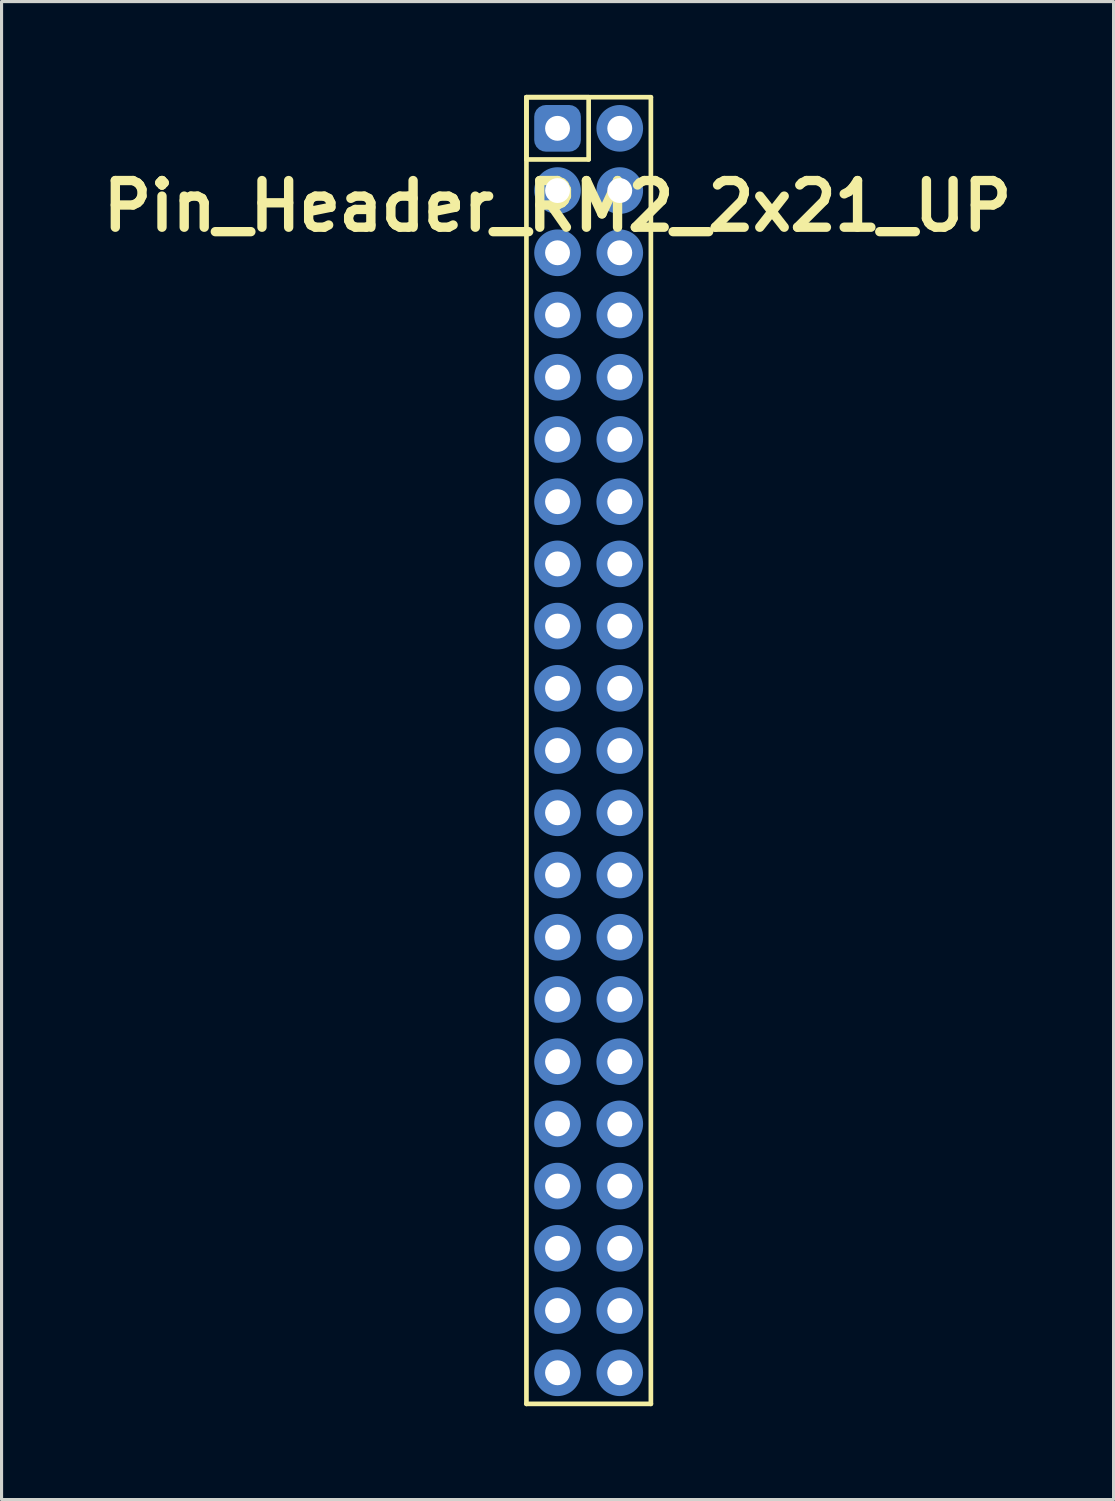
<source format=kicad_pcb>
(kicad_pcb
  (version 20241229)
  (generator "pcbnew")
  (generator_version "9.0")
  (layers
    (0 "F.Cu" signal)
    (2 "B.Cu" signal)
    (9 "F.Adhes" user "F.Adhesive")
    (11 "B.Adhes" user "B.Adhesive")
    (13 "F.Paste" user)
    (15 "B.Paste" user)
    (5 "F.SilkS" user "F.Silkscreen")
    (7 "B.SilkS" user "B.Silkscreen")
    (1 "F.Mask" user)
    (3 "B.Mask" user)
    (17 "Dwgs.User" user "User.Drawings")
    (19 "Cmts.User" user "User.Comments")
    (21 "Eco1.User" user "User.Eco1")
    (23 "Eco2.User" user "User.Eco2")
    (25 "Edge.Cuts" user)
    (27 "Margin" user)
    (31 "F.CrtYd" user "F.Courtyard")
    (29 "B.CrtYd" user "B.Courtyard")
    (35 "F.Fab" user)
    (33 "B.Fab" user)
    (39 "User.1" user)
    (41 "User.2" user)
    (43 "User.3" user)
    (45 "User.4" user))
  (footprint "Pin_Header_RM2_2x21_UP"
    (layer "F.Cu")
    (at 14.871 1.075)
    (property "Reference" "Pin_Header_RM2_2x21_UP" (at 0 2.5 0) (layer "F.SilkS") (effects (font (size 1.5 1.5) (thickness 0.3))))
    (attr through_hole)
    (fp_line (start -1 -1) (end 1 -1) (stroke (width 0.15) (type solid)) (layer "F.SilkS"))
    (fp_line (start -1 -1) (end 3 -1) (stroke (width 0.15) (type solid)) (layer "F.SilkS"))
    (fp_line (start -1 1) (end -1 -1) (stroke (width 0.15) (type solid)) (layer "F.SilkS"))
    (fp_line (start -1 41) (end -1 -1) (stroke (width 0.15) (type solid)) (layer "F.SilkS"))
    (fp_line (start 1 -1) (end 1 1) (stroke (width 0.15) (type solid)) (layer "F.SilkS"))
    (fp_line (start 1 1) (end -1 1) (stroke (width 0.15) (type solid)) (layer "F.SilkS"))
    (fp_line (start 3 -1) (end 3 41) (stroke (width 0.15) (type solid)) (layer "F.SilkS"))
    (fp_line (start 3 41) (end -1 41) (stroke (width 0.15) (type solid)) (layer "F.SilkS"))
    (pad "1" thru_hole circle (at 0 0) (size 1.1 1.1) (drill 0.8) (layers "*.Cu" "*.Mask"))
    (pad "1" smd roundrect (at 0 0) (size 1.25 1.25) (layers "F.Cu" "F.Mask") (roundrect_rratio 0.25))
    (pad "1" smd roundrect (at 0 0) (size 1.5 1.5) (layers "B.Cu" "B.Mask") (roundrect_rratio 0.25))
    (pad "2" thru_hole circle (at 2 0) (size 1.1 1.1) (drill 0.8) (layers "*.Cu" "*.Mask"))
    (pad "2" smd circle (at 2 0) (size 1.25 1.25) (layers "F.Cu" "F.Mask"))
    (pad "2" smd circle (at 2 0) (size 1.5 1.5) (layers "B.Cu" "B.Mask"))
    (pad "3" thru_hole circle (at 0 2) (size 1.1 1.1) (drill 0.8) (layers "*.Cu" "*.Mask"))
    (pad "3" smd circle (at 0 2) (size 1.25 1.25) (layers "F.Cu" "F.Mask"))
    (pad "3" smd circle (at 0 2) (size 1.5 1.5) (layers "B.Cu" "B.Mask"))
    (pad "4" thru_hole circle (at 2 2) (size 1.1 1.1) (drill 0.8) (layers "*.Cu" "*.Mask"))
    (pad "4" smd circle (at 2 2) (size 1.25 1.25) (layers "F.Cu" "F.Mask"))
    (pad "4" smd circle (at 2 2) (size 1.5 1.5) (layers "B.Cu" "B.Mask"))
    (pad "5" thru_hole circle (at 0 4) (size 1.1 1.1) (drill 0.8) (layers "*.Cu" "*.Mask"))
    (pad "5" smd circle (at 0 4) (size 1.25 1.25) (layers "F.Cu" "F.Mask"))
    (pad "5" smd circle (at 0 4) (size 1.5 1.5) (layers "B.Cu" "B.Mask"))
    (pad "6" thru_hole circle (at 2 4) (size 1.1 1.1) (drill 0.8) (layers "*.Cu" "*.Mask"))
    (pad "6" smd circle (at 2 4) (size 1.25 1.25) (layers "F.Cu" "F.Mask"))
    (pad "6" smd circle (at 2 4) (size 1.5 1.5) (layers "B.Cu" "B.Mask"))
    (pad "7" thru_hole circle (at 0 6) (size 1.1 1.1) (drill 0.8) (layers "*.Cu" "*.Mask"))
    (pad "7" smd circle (at 0 6) (size 1.25 1.25) (layers "F.Cu" "F.Mask"))
    (pad "7" smd circle (at 0 6) (size 1.5 1.5) (layers "B.Cu" "B.Mask"))
    (pad "8" thru_hole circle (at 2 6) (size 1.1 1.1) (drill 0.8) (layers "*.Cu" "*.Mask"))
    (pad "8" smd circle (at 2 6) (size 1.25 1.25) (layers "F.Cu" "F.Mask"))
    (pad "8" smd circle (at 2 6) (size 1.5 1.5) (layers "B.Cu" "B.Mask"))
    (pad "9" thru_hole circle (at 0 8) (size 1.1 1.1) (drill 0.8) (layers "*.Cu" "*.Mask"))
    (pad "9" smd circle (at 0 8) (size 1.25 1.25) (layers "F.Cu" "F.Mask"))
    (pad "9" smd circle (at 0 8) (size 1.5 1.5) (layers "B.Cu" "B.Mask"))
    (pad "10" thru_hole circle (at 2 8) (size 1.1 1.1) (drill 0.8) (layers "*.Cu" "*.Mask"))
    (pad "10" smd circle (at 2 8) (size 1.25 1.25) (layers "F.Cu" "F.Mask"))
    (pad "10" smd circle (at 2 8) (size 1.5 1.5) (layers "B.Cu" "B.Mask"))
    (pad "11" thru_hole circle (at 0 10) (size 1.1 1.1) (drill 0.8) (layers "*.Cu" "*.Mask"))
    (pad "11" smd circle (at 0 10) (size 1.25 1.25) (layers "F.Cu" "F.Mask"))
    (pad "11" smd circle (at 0 10) (size 1.5 1.5) (layers "B.Cu" "B.Mask"))
    (pad "12" thru_hole circle (at 2 10) (size 1.1 1.1) (drill 0.8) (layers "*.Cu" "*.Mask"))
    (pad "12" smd circle (at 2 10) (size 1.25 1.25) (layers "F.Cu" "F.Mask"))
    (pad "12" smd circle (at 2 10) (size 1.5 1.5) (layers "B.Cu" "B.Mask"))
    (pad "13" thru_hole circle (at 0 12) (size 1.1 1.1) (drill 0.8) (layers "*.Cu" "*.Mask"))
    (pad "13" smd circle (at 0 12) (size 1.25 1.25) (layers "F.Cu" "F.Mask"))
    (pad "13" smd circle (at 0 12) (size 1.5 1.5) (layers "B.Cu" "B.Mask"))
    (pad "14" thru_hole circle (at 2 12) (size 1.1 1.1) (drill 0.8) (layers "*.Cu" "*.Mask"))
    (pad "14" smd circle (at 2 12) (size 1.25 1.25) (layers "F.Cu" "F.Mask"))
    (pad "14" smd circle (at 2 12) (size 1.5 1.5) (layers "B.Cu" "B.Mask"))
    (pad "15" thru_hole circle (at 0 14) (size 1.1 1.1) (drill 0.8) (layers "*.Cu" "*.Mask"))
    (pad "15" smd circle (at 0 14) (size 1.25 1.25) (layers "F.Cu" "F.Mask"))
    (pad "15" smd circle (at 0 14) (size 1.5 1.5) (layers "B.Cu" "B.Mask"))
    (pad "16" thru_hole circle (at 2 14) (size 1.1 1.1) (drill 0.8) (layers "*.Cu" "*.Mask"))
    (pad "16" smd circle (at 2 14) (size 1.25 1.25) (layers "F.Cu" "F.Mask"))
    (pad "16" smd circle (at 2 14) (size 1.5 1.5) (layers "B.Cu" "B.Mask"))
    (pad "17" thru_hole circle (at 0 16) (size 1.1 1.1) (drill 0.8) (layers "*.Cu" "*.Mask"))
    (pad "17" smd circle (at 0 16) (size 1.25 1.25) (layers "F.Cu" "F.Mask"))
    (pad "17" smd circle (at 0 16) (size 1.5 1.5) (layers "B.Cu" "B.Mask"))
    (pad "18" thru_hole circle (at 2 16) (size 1.1 1.1) (drill 0.8) (layers "*.Cu" "*.Mask"))
    (pad "18" smd circle (at 2 16) (size 1.25 1.25) (layers "F.Cu" "F.Mask"))
    (pad "18" smd circle (at 2 16) (size 1.5 1.5) (layers "B.Cu" "B.Mask"))
    (pad "19" thru_hole circle (at 0 18) (size 1.1 1.1) (drill 0.8) (layers "*.Cu" "*.Mask"))
    (pad "19" smd circle (at 0 18) (size 1.25 1.25) (layers "F.Cu" "F.Mask"))
    (pad "19" smd circle (at 0 18) (size 1.5 1.5) (layers "B.Cu" "B.Mask"))
    (pad "20" thru_hole circle (at 2 18) (size 1.1 1.1) (drill 0.8) (layers "*.Cu" "*.Mask"))
    (pad "20" smd circle (at 2 18) (size 1.25 1.25) (layers "F.Cu" "F.Mask"))
    (pad "20" smd circle (at 2 18) (size 1.5 1.5) (layers "B.Cu" "B.Mask"))
    (pad "21" thru_hole circle (at 0 20) (size 1.1 1.1) (drill 0.8) (layers "*.Cu" "*.Mask"))
    (pad "21" smd circle (at 0 20) (size 1.25 1.25) (layers "F.Cu" "F.Mask"))
    (pad "21" smd circle (at 0 20) (size 1.5 1.5) (layers "B.Cu" "B.Mask"))
    (pad "22" thru_hole circle (at 2 20) (size 1.1 1.1) (drill 0.8) (layers "*.Cu" "*.Mask"))
    (pad "22" smd circle (at 2 20) (size 1.25 1.25) (layers "F.Cu" "F.Mask"))
    (pad "22" smd circle (at 2 20) (size 1.5 1.5) (layers "B.Cu" "B.Mask"))
    (pad "23" thru_hole circle (at 0 22) (size 1.1 1.1) (drill 0.8) (layers "*.Cu" "*.Mask"))
    (pad "23" smd circle (at 0 22) (size 1.25 1.25) (layers "F.Cu" "F.Mask"))
    (pad "23" smd circle (at 0 22) (size 1.5 1.5) (layers "B.Cu" "B.Mask"))
    (pad "24" thru_hole circle (at 2 22) (size 1.1 1.1) (drill 0.8) (layers "*.Cu" "*.Mask"))
    (pad "24" smd circle (at 2 22) (size 1.25 1.25) (layers "F.Cu" "F.Mask"))
    (pad "24" smd circle (at 2 22) (size 1.5 1.5) (layers "B.Cu" "B.Mask"))
    (pad "25" thru_hole circle (at 0 24) (size 1.1 1.1) (drill 0.8) (layers "*.Cu" "*.Mask"))
    (pad "25" smd circle (at 0 24) (size 1.25 1.25) (layers "F.Cu" "F.Mask"))
    (pad "25" smd circle (at 0 24) (size 1.5 1.5) (layers "B.Cu" "B.Mask"))
    (pad "26" thru_hole circle (at 2 24) (size 1.1 1.1) (drill 0.8) (layers "*.Cu" "*.Mask"))
    (pad "26" smd circle (at 2 24) (size 1.25 1.25) (layers "F.Cu" "F.Mask"))
    (pad "26" smd circle (at 2 24) (size 1.5 1.5) (layers "B.Cu" "B.Mask"))
    (pad "27" thru_hole circle (at 0 26) (size 1.1 1.1) (drill 0.8) (layers "*.Cu" "*.Mask"))
    (pad "27" smd circle (at 0 26) (size 1.25 1.25) (layers "F.Cu" "F.Mask"))
    (pad "27" smd circle (at 0 26) (size 1.5 1.5) (layers "B.Cu" "B.Mask"))
    (pad "28" thru_hole circle (at 2 26) (size 1.1 1.1) (drill 0.8) (layers "*.Cu" "*.Mask"))
    (pad "28" smd circle (at 2 26) (size 1.25 1.25) (layers "F.Cu" "F.Mask"))
    (pad "28" smd circle (at 2 26) (size 1.5 1.5) (layers "B.Cu" "B.Mask"))
    (pad "29" thru_hole circle (at 0 28) (size 1.1 1.1) (drill 0.8) (layers "*.Cu" "*.Mask"))
    (pad "29" smd circle (at 0 28) (size 1.25 1.25) (layers "F.Cu" "F.Mask"))
    (pad "29" smd circle (at 0 28) (size 1.5 1.5) (layers "B.Cu" "B.Mask"))
    (pad "30" thru_hole circle (at 2 28) (size 1.1 1.1) (drill 0.8) (layers "*.Cu" "*.Mask"))
    (pad "30" smd circle (at 2 28) (size 1.25 1.25) (layers "F.Cu" "F.Mask"))
    (pad "30" smd circle (at 2 28) (size 1.5 1.5) (layers "B.Cu" "B.Mask"))
    (pad "31" thru_hole circle (at 0 30) (size 1.1 1.1) (drill 0.8) (layers "*.Cu" "*.Mask"))
    (pad "31" smd circle (at 0 30) (size 1.25 1.25) (layers "F.Cu" "F.Mask"))
    (pad "31" smd circle (at 0 30) (size 1.5 1.5) (layers "B.Cu" "B.Mask"))
    (pad "32" thru_hole circle (at 2 30) (size 1.1 1.1) (drill 0.8) (layers "*.Cu" "*.Mask"))
    (pad "32" smd circle (at 2 30) (size 1.25 1.25) (layers "F.Cu" "F.Mask"))
    (pad "32" smd circle (at 2 30) (size 1.5 1.5) (layers "B.Cu" "B.Mask"))
    (pad "33" thru_hole circle (at 0 32) (size 1.1 1.1) (drill 0.8) (layers "*.Cu" "*.Mask"))
    (pad "33" smd circle (at 0 32) (size 1.25 1.25) (layers "F.Cu" "F.Mask"))
    (pad "33" smd circle (at 0 32) (size 1.5 1.5) (layers "B.Cu" "B.Mask"))
    (pad "34" thru_hole circle (at 2 32) (size 1.1 1.1) (drill 0.8) (layers "*.Cu" "*.Mask"))
    (pad "34" smd circle (at 2 32) (size 1.25 1.25) (layers "F.Cu" "F.Mask"))
    (pad "34" smd circle (at 2 32) (size 1.5 1.5) (layers "B.Cu" "B.Mask"))
    (pad "35" thru_hole circle (at 0 34) (size 1.1 1.1) (drill 0.8) (layers "*.Cu" "*.Mask"))
    (pad "35" smd circle (at 0 34) (size 1.25 1.25) (layers "F.Cu" "F.Mask"))
    (pad "35" smd circle (at 0 34) (size 1.5 1.5) (layers "B.Cu" "B.Mask"))
    (pad "36" thru_hole circle (at 2 34) (size 1.1 1.1) (drill 0.8) (layers "*.Cu" "*.Mask"))
    (pad "36" smd circle (at 2 34) (size 1.25 1.25) (layers "F.Cu" "F.Mask"))
    (pad "36" smd circle (at 2 34) (size 1.5 1.5) (layers "B.Cu" "B.Mask"))
    (pad "37" thru_hole circle (at 0 36) (size 1.1 1.1) (drill 0.8) (layers "*.Cu" "*.Mask"))
    (pad "37" smd circle (at 0 36) (size 1.25 1.25) (layers "F.Cu" "F.Mask"))
    (pad "37" smd circle (at 0 36) (size 1.5 1.5) (layers "B.Cu" "B.Mask"))
    (pad "38" thru_hole circle (at 2 36) (size 1.1 1.1) (drill 0.8) (layers "*.Cu" "*.Mask"))
    (pad "38" smd circle (at 2 36) (size 1.25 1.25) (layers "F.Cu" "F.Mask"))
    (pad "38" smd circle (at 2 36) (size 1.5 1.5) (layers "B.Cu" "B.Mask"))
    (pad "39" thru_hole circle (at 0 38) (size 1.1 1.1) (drill 0.8) (layers "*.Cu" "*.Mask"))
    (pad "39" smd circle (at 0 38) (size 1.25 1.25) (layers "F.Cu" "F.Mask"))
    (pad "39" smd circle (at 0 38) (size 1.5 1.5) (layers "B.Cu" "B.Mask"))
    (pad "40" thru_hole circle (at 2 38) (size 1.1 1.1) (drill 0.8) (layers "*.Cu" "*.Mask"))
    (pad "40" smd circle (at 2 38) (size 1.25 1.25) (layers "F.Cu" "F.Mask"))
    (pad "40" smd circle (at 2 38) (size 1.5 1.5) (layers "B.Cu" "B.Mask"))
    (pad "41" thru_hole circle (at 0 40) (size 1.1 1.1) (drill 0.8) (layers "*.Cu" "*.Mask"))
    (pad "41" smd circle (at 0 40) (size 1.25 1.25) (layers "F.Cu" "F.Mask"))
    (pad "41" smd circle (at 0 40) (size 1.5 1.5) (layers "B.Cu" "B.Mask"))
    (pad "42" thru_hole circle (at 2 40) (size 1.1 1.1) (drill 0.8) (layers "*.Cu" "*.Mask"))
    (pad "42" smd circle (at 2 40) (size 1.25 1.25) (layers "F.Cu" "F.Mask"))
    (pad "42" smd circle (at 2 40) (size 1.5 1.5) (layers "B.Cu" "B.Mask")))
  (gr_rect
    (start -3 -3)
    (end 32.743 45.15)
    (stroke (width 0.1) (type default))
    (fill no)
    (layer "Edge.Cuts")))
</source>
